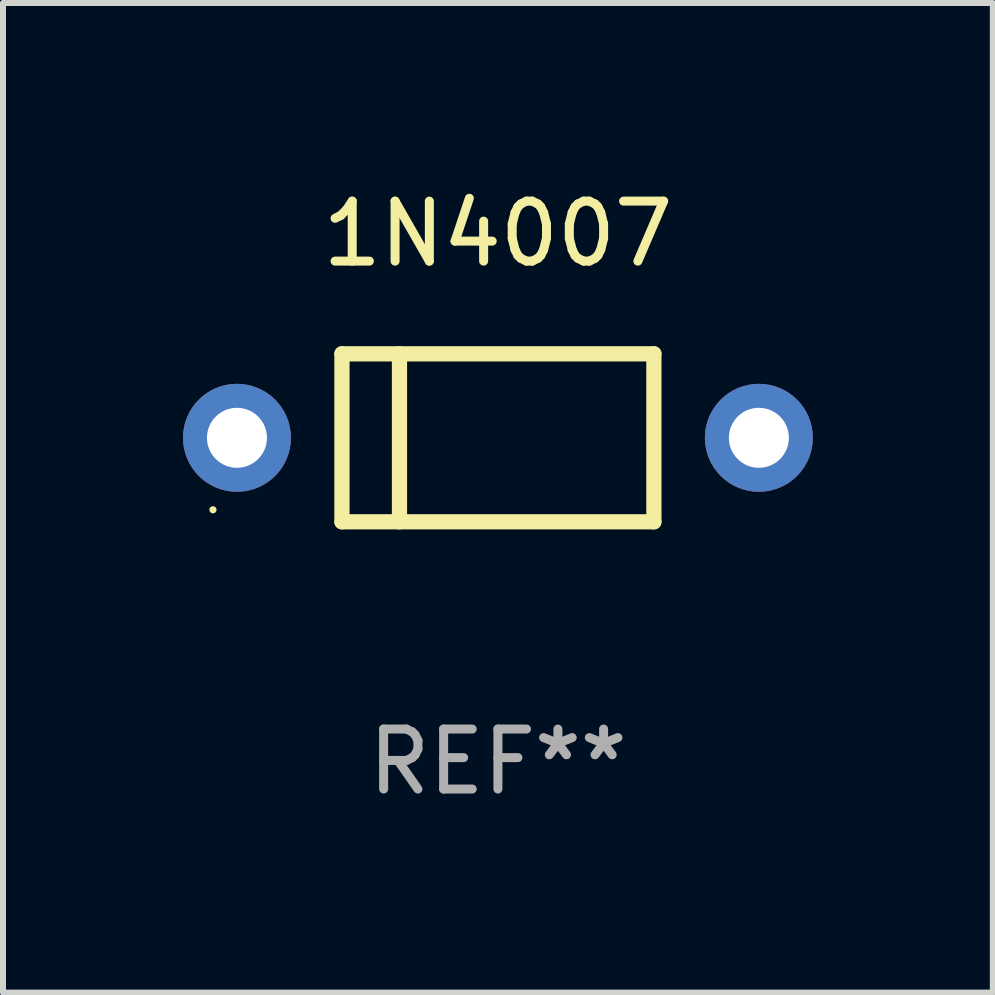
<source format=kicad_pcb>
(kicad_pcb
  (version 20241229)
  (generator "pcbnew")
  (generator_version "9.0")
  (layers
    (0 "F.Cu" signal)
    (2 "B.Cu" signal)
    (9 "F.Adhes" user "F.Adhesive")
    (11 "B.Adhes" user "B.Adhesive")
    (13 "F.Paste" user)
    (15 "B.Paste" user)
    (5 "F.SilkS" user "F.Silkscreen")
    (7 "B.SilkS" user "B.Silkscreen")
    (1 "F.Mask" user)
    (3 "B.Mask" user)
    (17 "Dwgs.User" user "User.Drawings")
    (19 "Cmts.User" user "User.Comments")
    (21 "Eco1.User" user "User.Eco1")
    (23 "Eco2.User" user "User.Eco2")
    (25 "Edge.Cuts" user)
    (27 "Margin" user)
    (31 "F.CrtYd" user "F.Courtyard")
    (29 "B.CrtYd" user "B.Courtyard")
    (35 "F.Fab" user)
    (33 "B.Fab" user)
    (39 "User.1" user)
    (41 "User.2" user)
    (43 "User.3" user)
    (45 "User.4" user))
  (footprint "1N4007"
    (layer "F.Cu")
    (at 5.25 4.248)
    (property "Reference" "1N4007" (at 0 -3.4 0) (layer "F.SilkS") (effects (font (size 1 1) (thickness 0.15))))
    (attr through_hole)
    (fp_line (start -2.6 -1.4) (end -2.6 1.4) (stroke (width 0.254) (type solid)) (layer "F.SilkS"))
    (fp_line (start -2.6 -1.4) (end 2.6 -1.4) (stroke (width 0.254) (type solid)) (layer "F.SilkS"))
    (fp_line (start -2.6 1.4) (end 2.6 1.4) (stroke (width 0.254) (type solid)) (layer "F.SilkS"))
    (fp_line (start -1.641 -1.4) (end -1.641 1.4) (stroke (width 0.254) (type solid)) (layer "F.SilkS"))
    (fp_line (start 2.6 -1.4) (end 2.6 1.4) (stroke (width 0.254) (type solid)) (layer "F.SilkS"))
    (fp_circle (center -4.75 1.2) (end -4.72 1.2) (stroke (width 0.06) (type solid)) (fill no) (layer "F.SilkS"))
    (fp_text user "REF**" (at 0 5.4 0) (layer "F.Fab") (effects (font (size 1 1) (thickness 0.15))))
    (pad "1" thru_hole circle (at -4.35 0) (size 1.8 1.8) (drill 1) (layers "*.Cu" "*.Mask"))
    (pad "2" thru_hole circle (at 4.35 0) (size 1.8 1.8) (drill 1) (layers "*.Cu" "*.Mask")))
  (gr_rect
    (start -3 -3)
    (end 13.5 13.496)
    (stroke (width 0.1) (type default))
    (fill no)
    (layer "Edge.Cuts")))
</source>
